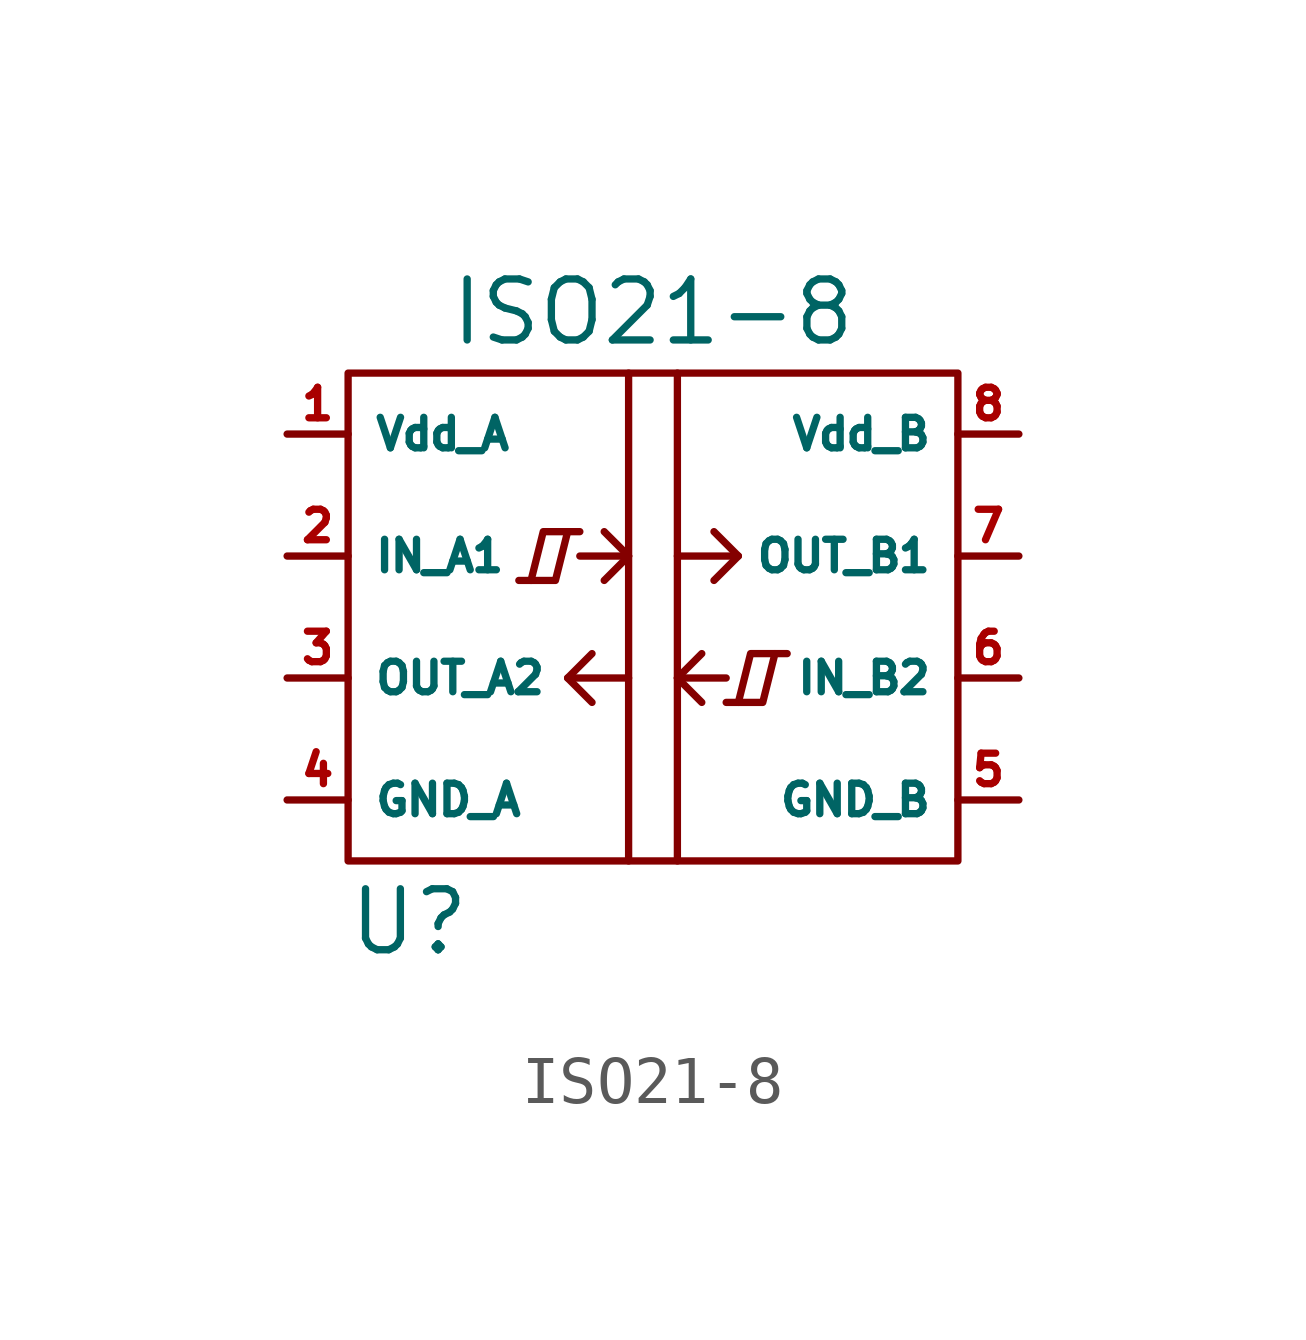
<source format=kicad_sym>
(kicad_symbol_lib
  (version 20211014)
  (generator kicad_symbol_editor)
  (symbol "ISO21-8"
    (property "Reference" "U"
      (at -5.08 -5.08 0)
      (effects (font (size 1.27 1.27))))
    (property "Value" "ISO21-8"
      (at 0 7.62 0)
      (effects (font (size 1.27 1.27))))
    (symbol "ISO21-8_0_1"
      (rectangle (start -6.35 6.35) (end 6.35 -3.81) (stroke (width 0) (type default) (color 0 0 0 0)) (fill (type none)))
      (polyline (pts (xy -1.524 2.54) (xy -0.508 2.54)) (stroke (width 0) (type default) (color 0 0 0 0)) (fill (type none)))
      (polyline (pts (xy -0.508 0) (xy -1.778 0)) (stroke (width 0) (type default) (color 0 0 0 0)) (fill (type none)))
      (polyline (pts (xy -0.508 6.35) (xy -0.508 -3.81)) (stroke (width 0) (type default) (color 0 0 0 0)) (fill (type none)))
      (polyline (pts (xy 0.508 -3.81) (xy 0.508 6.35)) (stroke (width 0) (type default) (color 0 0 0 0)) (fill (type none)))
      (polyline (pts (xy 0.508 2.54) (xy 1.778 2.54)) (stroke (width 0) (type default) (color 0 0 0 0)) (fill (type none)))
      (polyline (pts (xy 1.524 0) (xy 0.508 0)) (stroke (width 0) (type default) (color 0 0 0 0)) (fill (type none)))
      (polyline (pts (xy -2.794 2.032) (xy -2.032 2.032) (xy -1.778 3.048)) (stroke (width 0) (type default) (color 0 0 0 0)) (fill (type none)))
      (polyline (pts (xy -1.524 3.048) (xy -2.286 3.048) (xy -2.54 2.032)) (stroke (width 0) (type default) (color 0 0 0 0)) (fill (type none)))
      (polyline (pts (xy -1.27 0.508) (xy -1.778 0) (xy -1.27 -0.508)) (stroke (width 0) (type default) (color 0 0 0 0)) (fill (type none)))
      (polyline (pts (xy -1.016 3.048) (xy -0.508 2.54) (xy -1.016 2.032)) (stroke (width 0) (type default) (color 0 0 0 0)) (fill (type none)))
      (polyline (pts (xy 1.016 0.508) (xy 0.508 0) (xy 1.016 -0.508)) (stroke (width 0) (type default) (color 0 0 0 0)) (fill (type none)))
      (polyline (pts (xy 1.27 3.048) (xy 1.778 2.54) (xy 1.27 2.032)) (stroke (width 0) (type default) (color 0 0 0 0)) (fill (type none)))
      (polyline (pts (xy 1.524 -0.508) (xy 2.286 -0.508) (xy 2.54 0.508)) (stroke (width 0) (type default) (color 0 0 0 0)) (fill (type none)))
      (polyline (pts (xy 2.794 0.508) (xy 2.032 0.508) (xy 1.778 -0.508)) (stroke (width 0) (type default) (color 0 0 0 0)) (fill (type none))))
    (symbol "ISO21-8_1_1"
      (pin power_in line (at -7.62 5.08 0) (length 1.27) (name "Vdd_A" (effects (font (size 0.635 0.635)))) (number "1" (effects (font (size 0.635 0.635)))))
      (pin input line (at -7.62 2.54 0) (length 1.27) (name "IN_A1" (effects (font (size 0.635 0.635)))) (number "2" (effects (font (size 0.635 0.635)))))
      (pin output line (at -7.62 0 0) (length 1.27) (name "OUT_A2" (effects (font (size 0.635 0.635)))) (number "3" (effects (font (size 0.635 0.635)))))
      (pin power_in line (at -7.62 -2.54 0) (length 1.27) (name "GND_A" (effects (font (size 0.635 0.635)))) (number "4" (effects (font (size 0.635 0.635)))))
      (pin power_in line (at 7.62 -2.54 180) (length 1.27) (name "GND_B" (effects (font (size 0.635 0.635)))) (number "5" (effects (font (size 0.635 0.635)))))
      (pin input line (at 7.62 0 180) (length 1.27) (name "IN_B2" (effects (font (size 0.635 0.635)))) (number "6" (effects (font (size 0.635 0.635)))))
      (pin output line (at 7.62 2.54 180) (length 1.27) (name "OUT_B1" (effects (font (size 0.635 0.635)))) (number "7" (effects (font (size 0.635 0.635)))))
      (pin power_in line (at 7.62 5.08 180) (length 1.27) (name "Vdd_B" (effects (font (size 0.635 0.635)))) (number "8" (effects (font (size 0.635 0.635))))))))
</source>
